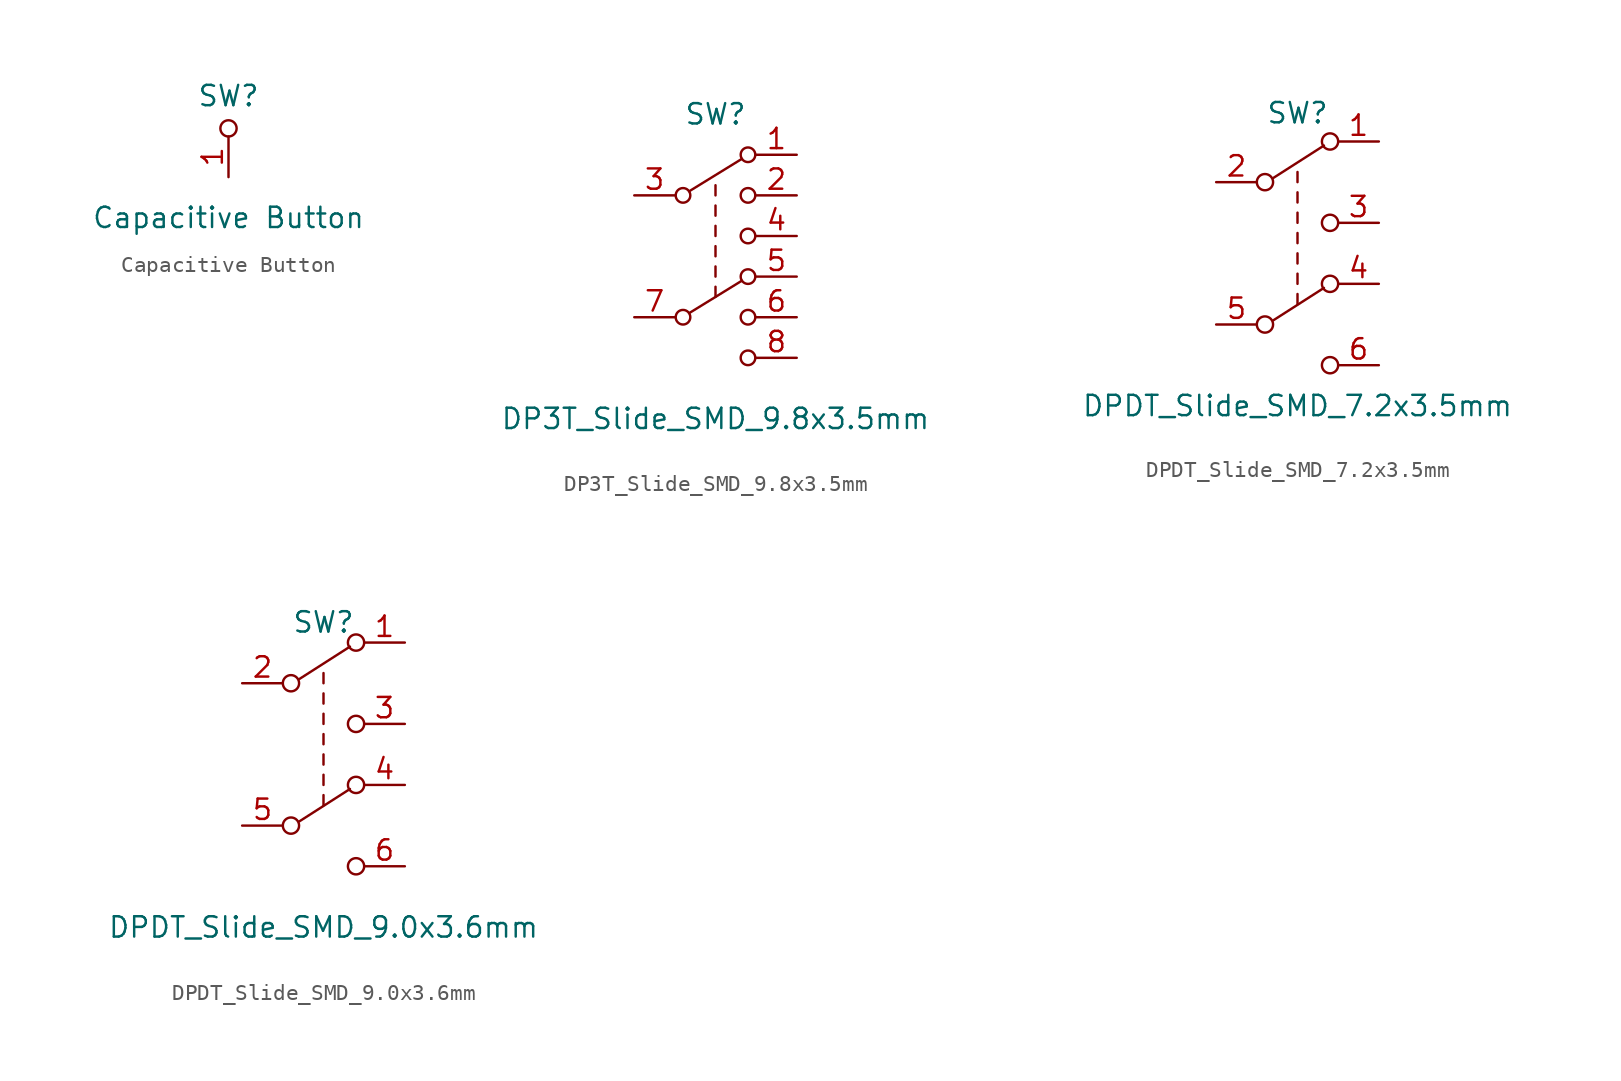
<source format=kicad_sym>
(kicad_symbol_lib
  (version 20231120)
  (generator "kicad_symbol_editor")
  (generator_version "8.0")
  (symbol "Capacitive Button"
    (pin_names
      (offset 0) hide)
    (property "Reference" "SW"
      (at 0 5.08 0)
      (effects (font (size 1.27 1.27))))
    (property "Value" "Capacitive Button"
      (at 0 -2.54 0)
      (effects (font (size 1.27 1.27))))
    (symbol "Capacitive Button_0_0"
      (circle (center 0 3.048) (radius 0.508) (stroke (width 0) (type default)) (fill (type none))))
    (symbol "Capacitive Button_1_1"
      (pin passive line (at 0 0 90) (length 2.54) (name "A" (effects (font (size 1.27 1.27)))) (number "1" (effects (font (size 1.27 1.27)))))))
  (symbol "DP3T_Slide_SMD_9.8x3.5mm"
    (pin_names
      (offset 0) hide)
    (property "Reference" "SW"
      (at 0 5.08 0)
      (effects (font (size 1.27 1.27))))
    (property "Value" "DP3T_Slide_SMD_9.8x3.5mm"
      (at 0 -13.97 0)
      (effects (font (size 1.27 1.27))))
    (symbol "DP3T_Slide_SMD_9.8x3.5mm_0_0"
      (polyline (pts (xy 0 -6.35) (xy 0 -5.715)) (stroke (width 0) (type default)) (fill (type none)))
      (polyline (pts (xy 0 -5.08) (xy 0 -4.445)) (stroke (width 0) (type default)) (fill (type none)))
      (polyline (pts (xy 0 -3.81) (xy 0 -3.175)) (stroke (width 0) (type default)) (fill (type none)))
      (polyline (pts (xy 0 -2.54) (xy 0 -1.905)) (stroke (width 0) (type default)) (fill (type none)))
      (polyline (pts (xy 0 -1.27) (xy 0 -0.635)) (stroke (width 0) (type default)) (fill (type none)))
      (polyline (pts (xy 0 0) (xy 0 0.635)) (stroke (width 0) (type default)) (fill (type none))))
    (symbol "DP3T_Slide_SMD_9.8x3.5mm_0_1"
      (circle (center -2.032 -7.62) (radius 0.457) (stroke (width 0) (type default)) (fill (type none)))
      (circle (center -2.032 0) (radius 0.457) (stroke (width 0) (type default)) (fill (type none)))
      (polyline (pts (xy -1.651 -7.366) (xy 1.651 -5.334)) (stroke (width 0) (type default)) (fill (type none)))
      (polyline (pts (xy -1.651 0.254) (xy 1.651 2.286)) (stroke (width 0) (type default)) (fill (type none)))
      (circle (center 2.032 -10.16) (radius 0.457) (stroke (width 0) (type default)) (fill (type none)))
      (circle (center 2.032 -7.62) (radius 0.457) (stroke (width 0) (type default)) (fill (type none)))
      (circle (center 2.032 -5.08) (radius 0.457) (stroke (width 0) (type default)) (fill (type none)))
      (circle (center 2.032 -2.54) (radius 0.457) (stroke (width 0) (type default)) (fill (type none)))
      (circle (center 2.032 0) (radius 0.457) (stroke (width 0) (type default)) (fill (type none)))
      (circle (center 2.032 2.54) (radius 0.457) (stroke (width 0) (type default)) (fill (type none))))
    (symbol "DP3T_Slide_SMD_9.8x3.5mm_1_1"
      (pin passive line (at 5.08 2.54 180) (length 2.54) (name "1" (effects (font (size 1.27 1.27)))) (number "1" (effects (font (size 1.27 1.27)))))
      (pin passive line (at 5.08 0 180) (length 2.54) (name "2" (effects (font (size 1.27 1.27)))) (number "2" (effects (font (size 1.27 1.27)))))
      (pin passive line (at -5.08 0 0) (length 2.54) (name "3" (effects (font (size 1.27 1.27)))) (number "3" (effects (font (size 1.27 1.27)))))
      (pin passive line (at 5.08 -2.54 180) (length 2.54) (name "4" (effects (font (size 1.27 1.27)))) (number "4" (effects (font (size 1.27 1.27)))))
      (pin passive line (at 5.08 -5.08 180) (length 2.54) (name "5" (effects (font (size 1.27 1.27)))) (number "5" (effects (font (size 1.27 1.27)))))
      (pin passive line (at 5.08 -7.62 180) (length 2.54) (name "6" (effects (font (size 1.27 1.27)))) (number "6" (effects (font (size 1.27 1.27)))))
      (pin passive line (at -5.08 -7.62 0) (length 2.54) (name "7" (effects (font (size 1.27 1.27)))) (number "7" (effects (font (size 1.27 1.27)))))
      (pin passive line (at 5.08 -10.16 180) (length 2.54) (name "8" (effects (font (size 1.27 1.27)))) (number "8" (effects (font (size 1.27 1.27)))))))
  (symbol "DPDT_Slide_SMD_7.2x3.5mm"
    (pin_names
      (offset 0) hide)
    (property "Reference" "SW"
      (at 0 4.318 0)
      (effects (font (size 1.27 1.27))))
    (property "Value" "DPDT_Slide_SMD_7.2x3.5mm"
      (at 0 -13.97 0)
      (effects (font (size 1.27 1.27))))
    (symbol "DPDT_Slide_SMD_7.2x3.5mm_0_0"
      (circle (center -2.032 -8.89) (radius 0.508) (stroke (width 0) (type default)) (fill (type none)))
      (circle (center -2.032 0) (radius 0.508) (stroke (width 0) (type default)) (fill (type none)))
      (polyline (pts (xy 0 -7.62) (xy 0 -6.985)) (stroke (width 0) (type default)) (fill (type none)))
      (polyline (pts (xy 0 -6.35) (xy 0 -5.715)) (stroke (width 0) (type default)) (fill (type none)))
      (polyline (pts (xy 0 -5.08) (xy 0 -4.445)) (stroke (width 0) (type default)) (fill (type none)))
      (polyline (pts (xy 0 -3.81) (xy 0 -3.175)) (stroke (width 0) (type default)) (fill (type none)))
      (polyline (pts (xy 0 -2.54) (xy 0 -1.905)) (stroke (width 0) (type default)) (fill (type none)))
      (polyline (pts (xy 0 -1.27) (xy 0 -0.635)) (stroke (width 0) (type default)) (fill (type none)))
      (polyline (pts (xy 0 0) (xy 0 0.635)) (stroke (width 0) (type default)) (fill (type none)))
      (circle (center 2.032 -11.43) (radius 0.508) (stroke (width 0) (type default)) (fill (type none)))
      (circle (center 2.032 -2.54) (radius 0.508) (stroke (width 0) (type default)) (fill (type none))))
    (symbol "DPDT_Slide_SMD_7.2x3.5mm_0_1"
      (polyline (pts (xy -1.524 -8.636) (xy 1.651 -6.604)) (stroke (width 0) (type default)) (fill (type none)))
      (polyline (pts (xy -1.524 0.254) (xy 1.651 2.286)) (stroke (width 0) (type default)) (fill (type none)))
      (circle (center 2.032 -6.35) (radius 0.508) (stroke (width 0) (type default)) (fill (type none)))
      (circle (center 2.032 2.54) (radius 0.508) (stroke (width 0) (type default)) (fill (type none))))
    (symbol "DPDT_Slide_SMD_7.2x3.5mm_1_1"
      (pin passive line (at 5.08 2.54 180) (length 2.54) (name "A" (effects (font (size 1.27 1.27)))) (number "1" (effects (font (size 1.27 1.27)))))
      (pin passive line (at -5.08 0 0) (length 2.54) (name "B" (effects (font (size 1.27 1.27)))) (number "2" (effects (font (size 1.27 1.27)))))
      (pin passive line (at 5.08 -2.54 180) (length 2.54) (name "C" (effects (font (size 1.27 1.27)))) (number "3" (effects (font (size 1.27 1.27)))))
      (pin passive line (at 5.08 -6.35 180) (length 2.54) (name "A" (effects (font (size 1.27 1.27)))) (number "4" (effects (font (size 1.27 1.27)))))
      (pin passive line (at -5.08 -8.89 0) (length 2.54) (name "B" (effects (font (size 1.27 1.27)))) (number "5" (effects (font (size 1.27 1.27)))))
      (pin passive line (at 5.08 -11.43 180) (length 2.54) (name "C" (effects (font (size 1.27 1.27)))) (number "6" (effects (font (size 1.27 1.27)))))))
  (symbol "DPDT_Slide_SMD_9.0x3.6mm"
    (pin_names
      (offset 0) hide)
    (property "Reference" "SW"
      (at 0 5.08 0)
      (effects (font (size 1.27 1.27))))
    (property "Value" "DPDT_Slide_SMD_9.0x3.6mm"
      (at 0 -13.97 0)
      (effects (font (size 1.27 1.27))))
    (symbol "DPDT_Slide_SMD_9.0x3.6mm_0_0"
      (circle (center -2.032 -7.62) (radius 0.508) (stroke (width 0) (type default)) (fill (type none)))
      (circle (center -2.032 1.27) (radius 0.508) (stroke (width 0) (type default)) (fill (type none)))
      (polyline (pts (xy 0 -6.35) (xy 0 -5.715)) (stroke (width 0) (type default)) (fill (type none)))
      (polyline (pts (xy 0 -5.08) (xy 0 -4.445)) (stroke (width 0) (type default)) (fill (type none)))
      (polyline (pts (xy 0 -3.81) (xy 0 -3.175)) (stroke (width 0) (type default)) (fill (type none)))
      (polyline (pts (xy 0 -2.54) (xy 0 -1.905)) (stroke (width 0) (type default)) (fill (type none)))
      (polyline (pts (xy 0 -1.27) (xy 0 -0.635)) (stroke (width 0) (type default)) (fill (type none)))
      (polyline (pts (xy 0 0) (xy 0 0.635)) (stroke (width 0) (type default)) (fill (type none)))
      (polyline (pts (xy 0 1.27) (xy 0 1.905)) (stroke (width 0) (type default)) (fill (type none)))
      (circle (center 2.032 -10.16) (radius 0.508) (stroke (width 0) (type default)) (fill (type none)))
      (circle (center 2.032 -1.27) (radius 0.508) (stroke (width 0) (type default)) (fill (type none))))
    (symbol "DPDT_Slide_SMD_9.0x3.6mm_0_1"
      (polyline (pts (xy -1.524 -7.366) (xy 1.651 -5.334)) (stroke (width 0) (type default)) (fill (type none)))
      (polyline (pts (xy -1.524 1.524) (xy 1.651 3.556)) (stroke (width 0) (type default)) (fill (type none)))
      (circle (center 2.032 -5.08) (radius 0.508) (stroke (width 0) (type default)) (fill (type none)))
      (circle (center 2.032 3.81) (radius 0.508) (stroke (width 0) (type default)) (fill (type none))))
    (symbol "DPDT_Slide_SMD_9.0x3.6mm_1_1"
      (pin passive line (at 5.08 3.81 180) (length 2.54) (name "A" (effects (font (size 1.27 1.27)))) (number "1" (effects (font (size 1.27 1.27)))))
      (pin passive line (at -5.08 1.27 0) (length 2.54) (name "B" (effects (font (size 1.27 1.27)))) (number "2" (effects (font (size 1.27 1.27)))))
      (pin passive line (at 5.08 -1.27 180) (length 2.54) (name "C" (effects (font (size 1.27 1.27)))) (number "3" (effects (font (size 1.27 1.27)))))
      (pin passive line (at 5.08 -5.08 180) (length 2.54) (name "A" (effects (font (size 1.27 1.27)))) (number "4" (effects (font (size 1.27 1.27)))))
      (pin passive line (at -5.08 -7.62 0) (length 2.54) (name "B" (effects (font (size 1.27 1.27)))) (number "5" (effects (font (size 1.27 1.27)))))
      (pin passive line (at 5.08 -10.16 180) (length 2.54) (name "C" (effects (font (size 1.27 1.27)))) (number "6" (effects (font (size 1.27 1.27))))))))
</source>
